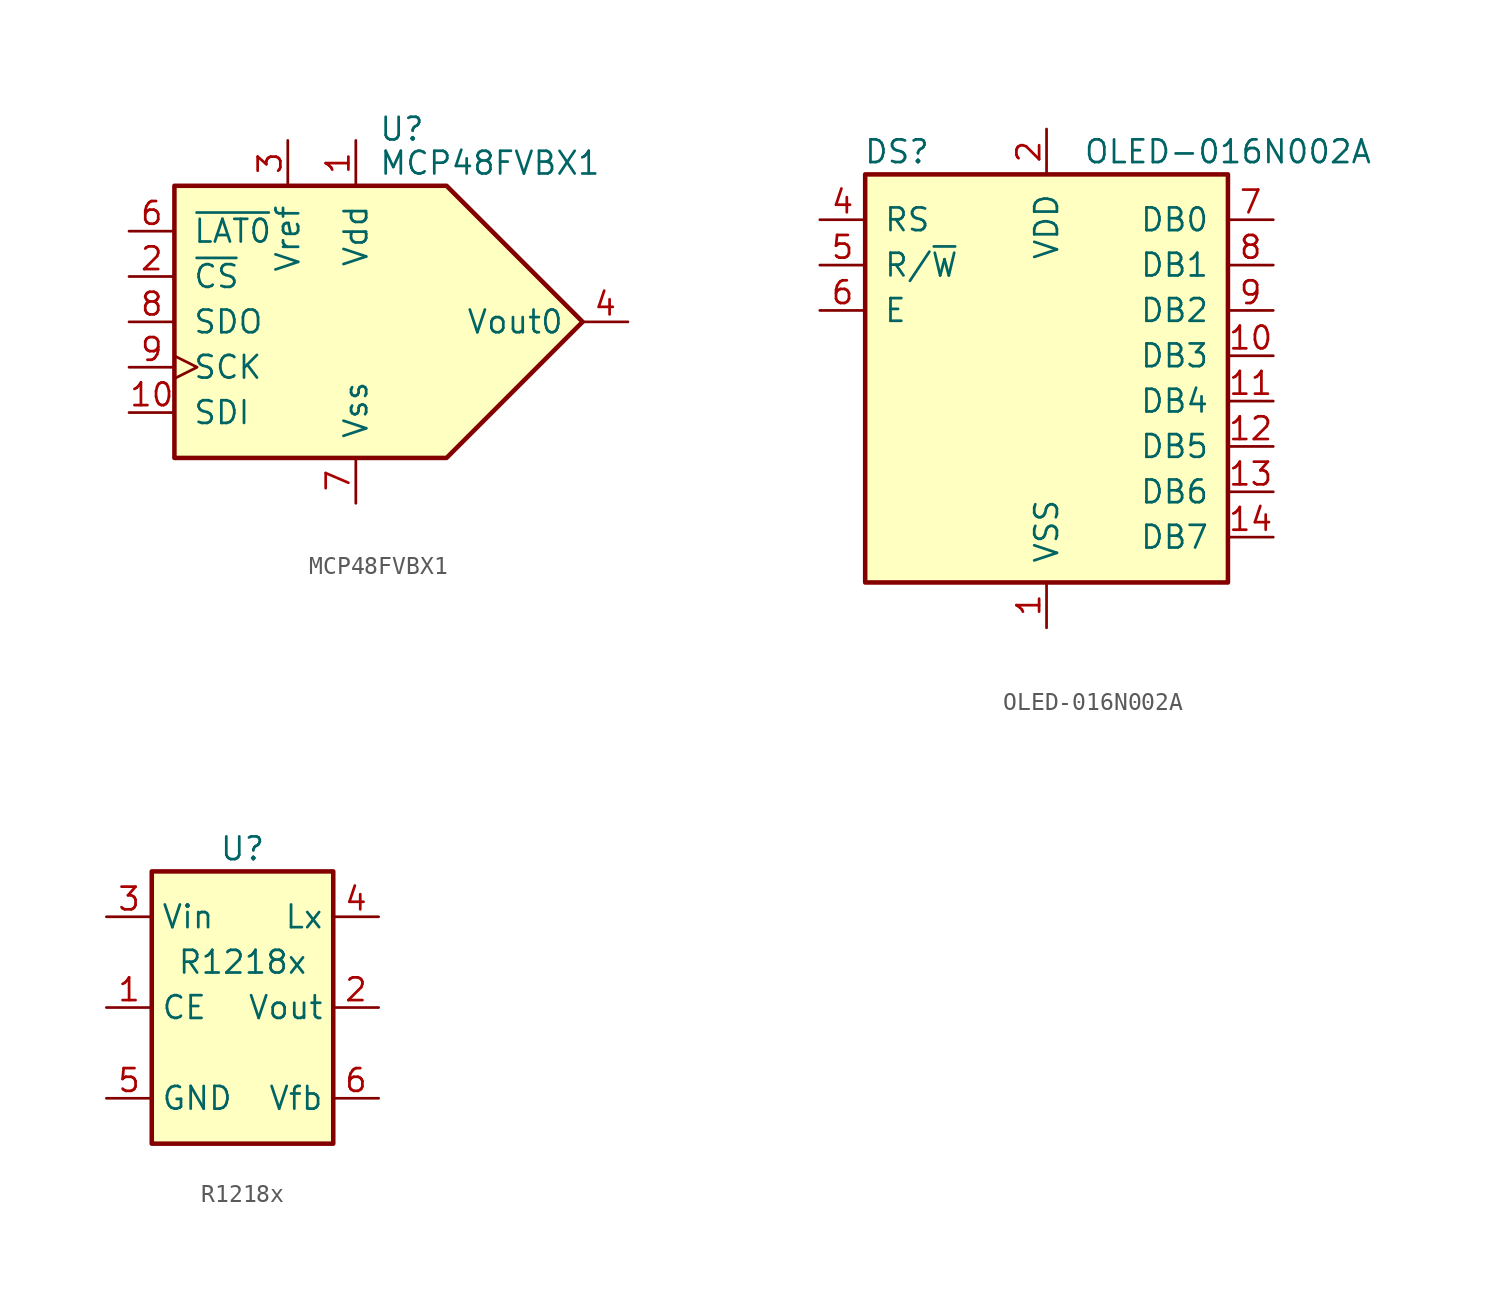
<source format=kicad_sym>
(kicad_symbol_lib
  (version 20211014)
  (generator kicad_symbol_editor)
  (symbol "MCP48FVBX1"
    (pin_names
      (offset 1.016))
    (property "Reference" "U"
      (at 1.27 10.795 0)
      (effects (font (size 1.27 1.27)) (justify left)))
    (property "Value" "MCP48FVBX1"
      (at 1.27 8.89 0)
      (effects (font (size 1.27 1.27)) (justify left)))
    (symbol "MCP48FVBX1_0_0"
      (polyline (pts (xy 12.7 0) (xy 5.08 7.62) (xy -10.16 7.62) (xy -10.16 -7.62) (xy 5.08 -7.62) (xy 12.7 0)) (stroke (width 0.254) (type default) (color 0 0 0 0)) (fill (type background))))
    (symbol "MCP48FVBX1_1_1"
      (pin power_in line (at 0 10.16 270) (length 2.54) (name "Vdd" (effects (font (size 1.27 1.27)))) (number "1" (effects (font (size 1.27 1.27)))))
      (pin input line (at -12.7 -5.08 0) (length 2.54) (name "SDI" (effects (font (size 1.27 1.27)))) (number "10" (effects (font (size 1.27 1.27)))))
      (pin input line (at -12.7 2.54 0) (length 2.54) (name "~{CS}" (effects (font (size 1.27 1.27)))) (number "2" (effects (font (size 1.27 1.27)))))
      (pin power_in line (at -3.81 10.16 270) (length 2.54) (name "Vref" (effects (font (size 1.27 1.27)))) (number "3" (effects (font (size 1.27 1.27)))))
      (pin output line (at 15.24 0 180) (length 2.54) (name "Vout0" (effects (font (size 1.27 1.27)))) (number "4" (effects (font (size 1.27 1.27)))))
      (pin no_connect line (at -7.62 -7.62 180) (length 2.54) hide (name "NC" (effects (font (size 1.27 1.27)))) (number "5" (effects (font (size 1.27 1.27)))))
      (pin input line (at -12.7 5.08 0) (length 2.54) (name "~{LAT0}" (effects (font (size 1.27 1.27)))) (number "6" (effects (font (size 1.27 1.27)))))
      (pin power_in line (at 0 -10.16 90) (length 2.54) (name "Vss" (effects (font (size 1.27 1.27)))) (number "7" (effects (font (size 1.27 1.27)))))
      (pin input line (at -12.7 0 0) (length 2.54) (name "SDO" (effects (font (size 1.27 1.27)))) (number "8" (effects (font (size 1.27 1.27)))))
      (pin input clock (at -12.7 -2.54 0) (length 2.54) (name "SCK" (effects (font (size 1.27 1.27)))) (number "9" (effects (font (size 1.27 1.27)))))))
  (symbol "OLED-016N002A"
    (pin_names
      (offset 1.016))
    (property "Reference" "DS"
      (at -8.382 12.7 0)
      (effects (font (size 1.27 1.27))))
    (property "Value" "OLED-016N002A"
      (at 10.16 12.7 0)
      (effects (font (size 1.27 1.27))))
    (symbol "OLED-016N002A_0_1"
      (rectangle (start -10.16 11.43) (end 10.16 -11.43) (stroke (width 0.254) (type default) (color 0 0 0 0)) (fill (type background))))
    (symbol "OLED-016N002A_1_1"
      (pin power_in line (at 0 -13.97 90) (length 2.54) (name "VSS" (effects (font (size 1.27 1.27)))) (number "1" (effects (font (size 1.27 1.27)))))
      (pin bidirectional line (at 12.7 1.27 180) (length 2.54) (name "DB3" (effects (font (size 1.27 1.27)))) (number "10" (effects (font (size 1.27 1.27)))))
      (pin bidirectional line (at 12.7 -1.27 180) (length 2.54) (name "DB4" (effects (font (size 1.27 1.27)))) (number "11" (effects (font (size 1.27 1.27)))))
      (pin bidirectional line (at 12.7 -3.81 180) (length 2.54) (name "DB5" (effects (font (size 1.27 1.27)))) (number "12" (effects (font (size 1.27 1.27)))))
      (pin bidirectional line (at 12.7 -6.35 180) (length 2.54) (name "DB6" (effects (font (size 1.27 1.27)))) (number "13" (effects (font (size 1.27 1.27)))))
      (pin bidirectional line (at 12.7 -8.89 180) (length 2.54) (name "DB7" (effects (font (size 1.27 1.27)))) (number "14" (effects (font (size 1.27 1.27)))))
      (pin no_connect line (at -12.7 -6.35 0) (length 2.54) hide (name "NC" (effects (font (size 1.27 1.27)))) (number "15" (effects (font (size 1.27 1.27)))))
      (pin no_connect line (at -12.7 -8.89 0) (length 2.54) hide (name "NC" (effects (font (size 1.27 1.27)))) (number "16" (effects (font (size 1.27 1.27)))))
      (pin power_in line (at 0 13.97 270) (length 2.54) (name "VDD" (effects (font (size 1.27 1.27)))) (number "2" (effects (font (size 1.27 1.27)))))
      (pin no_connect line (at -12.7 -3.81 0) (length 2.54) hide (name "NC" (effects (font (size 1.27 1.27)))) (number "3" (effects (font (size 1.27 1.27)))))
      (pin input line (at -12.7 8.89 0) (length 2.54) (name "RS" (effects (font (size 1.27 1.27)))) (number "4" (effects (font (size 1.27 1.27)))))
      (pin input line (at -12.7 6.35 0) (length 2.54) (name "R/~{W}" (effects (font (size 1.27 1.27)))) (number "5" (effects (font (size 1.27 1.27)))))
      (pin input line (at -12.7 3.81 0) (length 2.54) (name "E" (effects (font (size 1.27 1.27)))) (number "6" (effects (font (size 1.27 1.27)))))
      (pin bidirectional line (at 12.7 8.89 180) (length 2.54) (name "DB0" (effects (font (size 1.27 1.27)))) (number "7" (effects (font (size 1.27 1.27)))))
      (pin bidirectional line (at 12.7 6.35 180) (length 2.54) (name "DB1" (effects (font (size 1.27 1.27)))) (number "8" (effects (font (size 1.27 1.27)))))
      (pin bidirectional line (at 12.7 3.81 180) (length 2.54) (name "DB2" (effects (font (size 1.27 1.27)))) (number "9" (effects (font (size 1.27 1.27)))))))
  (symbol "R1218x"
    (property "Reference" "U"
      (at 0 8.89 0)
      (effects (font (size 1.27 1.27))))
    (property "Value" "R1218x"
      (at 0 2.54 0)
      (effects (font (size 1.27 1.27))))
    (symbol "R1218x_0_1"
      (rectangle (start 5.08 -7.62) (end -5.08 7.62) (stroke (width 0.254) (type default) (color 0 0 0 0)) (fill (type background))))
    (symbol "R1218x_1_1"
      (pin input line (at -7.62 0 0) (length 2.54) (name "CE" (effects (font (size 1.27 1.27)))) (number "1" (effects (font (size 1.27 1.27)))))
      (pin power_out line (at 7.62 0 180) (length 2.54) (name "Vout" (effects (font (size 1.27 1.27)))) (number "2" (effects (font (size 1.27 1.27)))))
      (pin power_in line (at -7.62 5.08 0) (length 2.54) (name "Vin" (effects (font (size 1.27 1.27)))) (number "3" (effects (font (size 1.27 1.27)))))
      (pin open_collector line (at 7.62 5.08 180) (length 2.54) (name "Lx" (effects (font (size 1.27 1.27)))) (number "4" (effects (font (size 1.27 1.27)))))
      (pin power_in line (at -7.62 -5.08 0) (length 2.54) (name "GND" (effects (font (size 1.27 1.27)))) (number "5" (effects (font (size 1.27 1.27)))))
      (pin input line (at 7.62 -5.08 180) (length 2.54) (name "Vfb" (effects (font (size 1.27 1.27)))) (number "6" (effects (font (size 1.27 1.27))))))))
</source>
